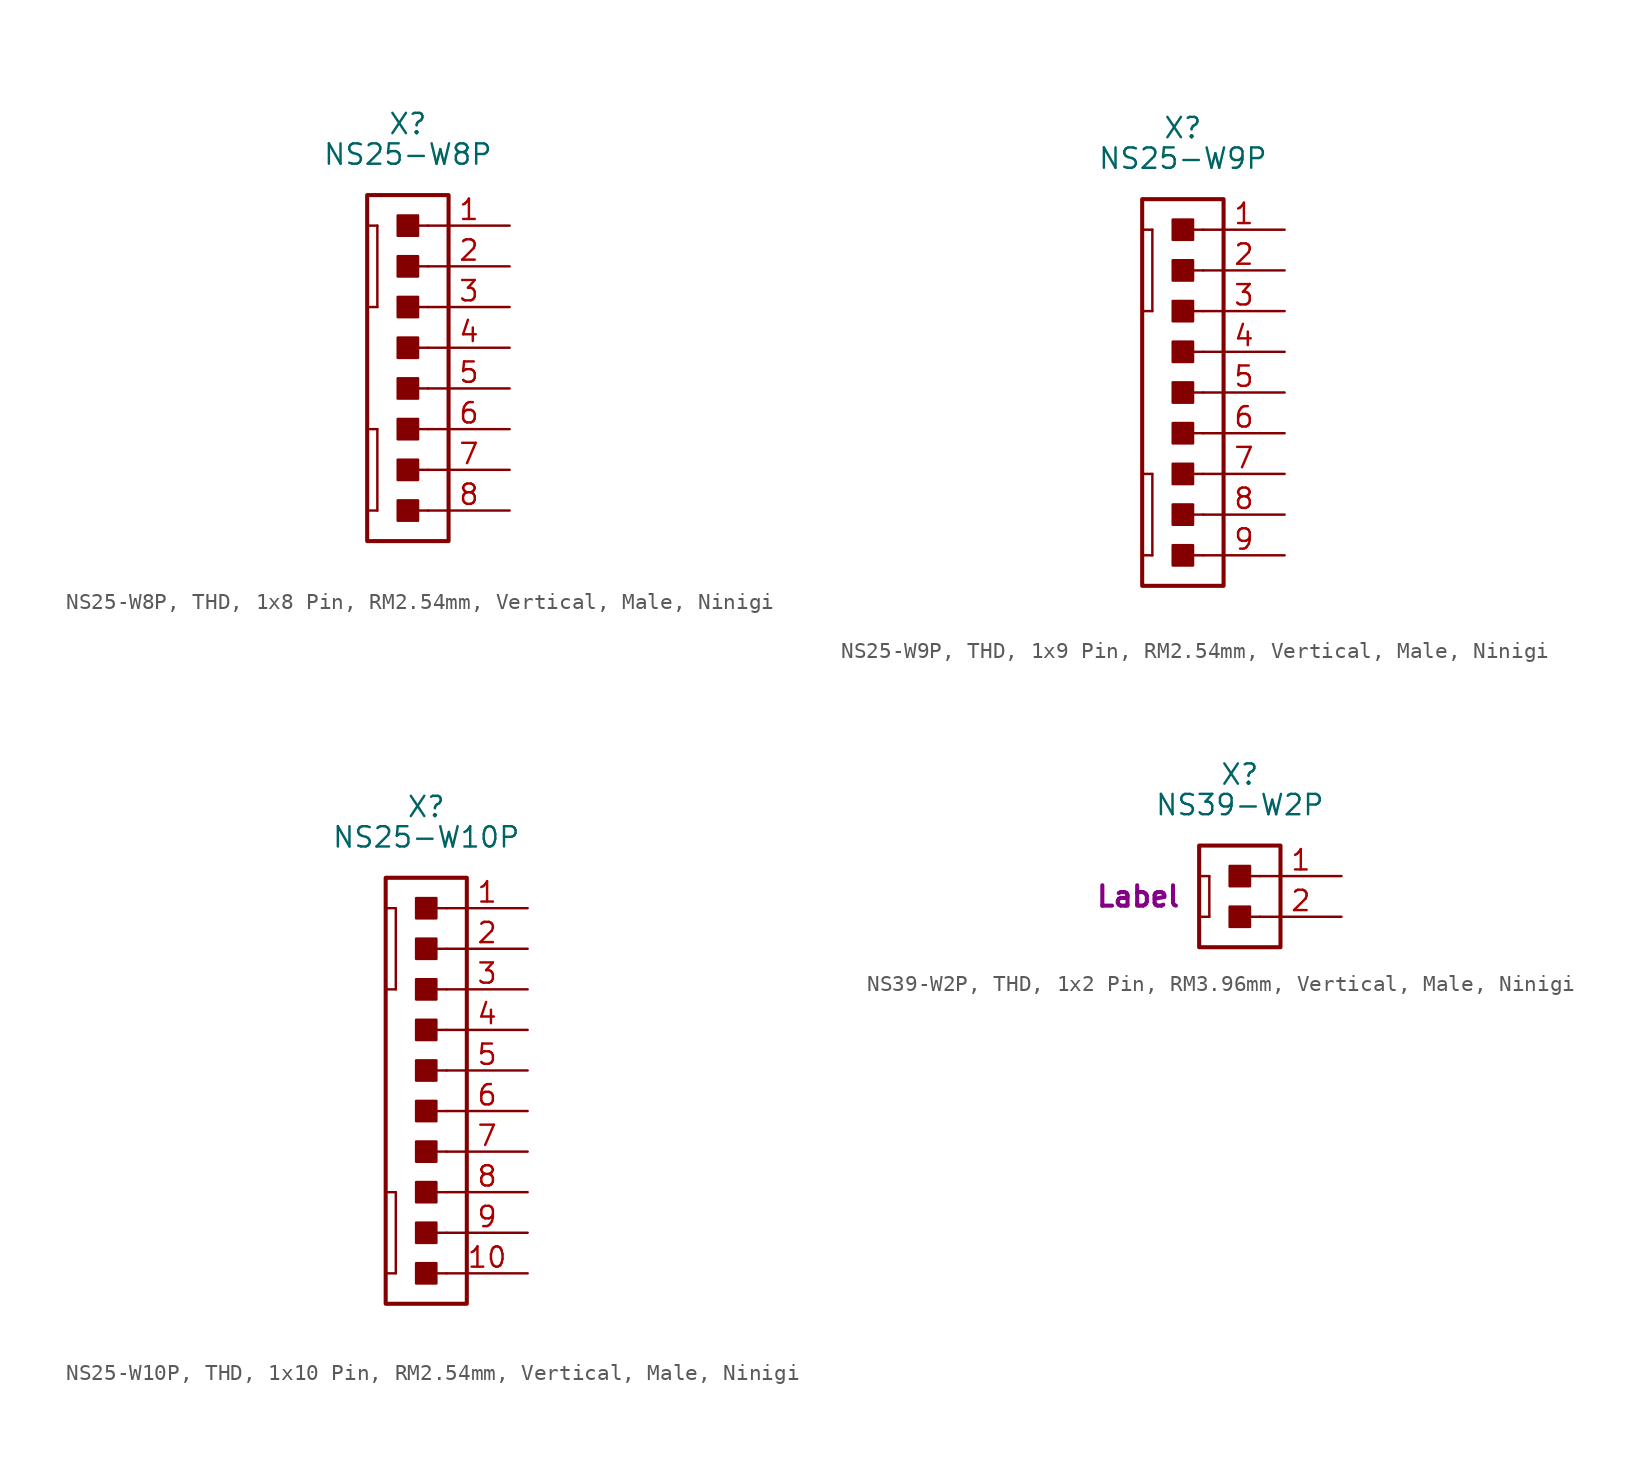
<source format=kicad_sym>
(kicad_symbol_lib
  (version 20241209)
  (generator "kicad_symbol_editor")
  (generator_version "9.0")
  (symbol "NS25-W8P, THD, 1x8 Pin, RM2.54mm, Vertical, Male, Ninigi"
    (pin_names
      (offset 1.016)
      (hide yes))
    (property "Reference" "X"
      (at -1.27 13.97 0)
      (effects (font (size 1.27 1.27))))
    (property "Value" "NS25-W8P"
      (at -1.27 12.065 0)
      (effects (font (size 1.27 1.27))))
    (property "Label" ""
      (at 0 0 0)
      (effects (font (size 1.27 1.27) (thickness 0.254) (bold yes))))
    (symbol "NS25-W8P, THD, 1x8 Pin, RM2.54mm, Vertical, Male, Ninigi_0_1"
      (polyline (pts (xy -3.81 7.62) (xy -3.175 7.62)) (stroke (width 0.152) (type default)) (fill (type none)))
      (polyline (pts (xy -3.81 2.54) (xy -3.175 2.54)) (stroke (width 0.152) (type default)) (fill (type none)))
      (polyline (pts (xy -3.81 -5.08) (xy -3.175 -5.08)) (stroke (width 0.152) (type default)) (fill (type none)))
      (polyline (pts (xy -3.81 -10.16) (xy -3.175 -10.16)) (stroke (width 0.152) (type default)) (fill (type none)))
      (polyline (pts (xy -3.175 7.62) (xy -3.175 2.54)) (stroke (width 0.152) (type default)) (fill (type none)))
      (polyline (pts (xy -3.175 -5.08) (xy -3.175 -10.16)) (stroke (width 0.152) (type default)) (fill (type none))))
    (symbol "NS25-W8P, THD, 1x8 Pin, RM2.54mm, Vertical, Male, Ninigi_1_0"
      (polyline (pts (xy -0.0001 7.62) (xy -1.27 7.62)) (stroke (width 0.152) (type default)) (fill (type none)))
      (polyline (pts (xy -0.0001 5.08) (xy -1.27 5.08)) (stroke (width 0.152) (type default)) (fill (type none)))
      (polyline (pts (xy 0 2.54) (xy -1.27 2.54)) (stroke (width 0.152) (type default)) (fill (type none)))
      (polyline (pts (xy 0 0) (xy -1.27 0)) (stroke (width 0.152) (type default)) (fill (type none)))
      (polyline (pts (xy 0 -2.54) (xy -1.27 -2.54)) (stroke (width 0.152) (type default)) (fill (type none)))
      (polyline (pts (xy 0 -5.08) (xy -1.27 -5.08)) (stroke (width 0.152) (type default)) (fill (type none)))
      (polyline (pts (xy 0 -7.62) (xy -1.27 -7.62)) (stroke (width 0.152) (type default)) (fill (type none)))
      (polyline (pts (xy 0 -10.16) (xy -1.27 -10.16)) (stroke (width 0.152) (type default)) (fill (type none))))
    (symbol "NS25-W8P, THD, 1x8 Pin, RM2.54mm, Vertical, Male, Ninigi_1_1"
      (rectangle (start -3.81 9.525) (end 1.27 -12.065) (stroke (width 0.254) (type default)) (fill (type none)))
      (rectangle (start -1.905 6.985) (end -0.635 8.255) (stroke (width 0.152) (type default)) (fill (type outline)))
      (rectangle (start -1.905 4.445) (end -0.635 5.715) (stroke (width 0.152) (type default)) (fill (type outline)))
      (rectangle (start -1.905 1.905) (end -0.635 3.175) (stroke (width 0.152) (type default)) (fill (type outline)))
      (rectangle (start -1.905 -0.635) (end -0.635 0.635) (stroke (width 0.152) (type default)) (fill (type outline)))
      (rectangle (start -1.905 -3.175) (end -0.635 -1.905) (stroke (width 0.152) (type default)) (fill (type outline)))
      (rectangle (start -1.905 -5.715) (end -0.635 -4.445) (stroke (width 0.152) (type default)) (fill (type outline)))
      (rectangle (start -1.905 -8.255) (end -0.635 -6.985) (stroke (width 0.152) (type default)) (fill (type outline)))
      (rectangle (start -1.905 -10.795) (end -0.635 -9.525) (stroke (width 0.152) (type default)) (fill (type outline)))
      (pin passive line (at 5.08 7.62 180) (length 5.08) (name "1" (effects (font (size 1.27 1.27)))) (number "1" (effects (font (size 1.27 1.27)))))
      (pin passive line (at 5.08 5.08 180) (length 5.08) (name "2" (effects (font (size 1.27 1.27)))) (number "2" (effects (font (size 1.27 1.27)))))
      (pin passive line (at 5.08 2.54 180) (length 5.08) (name "2" (effects (font (size 1.27 1.27)))) (number "3" (effects (font (size 1.27 1.27)))))
      (pin passive line (at 5.08 0 180) (length 5.08) (name "2" (effects (font (size 1.27 1.27)))) (number "4" (effects (font (size 1.27 1.27)))))
      (pin passive line (at 5.08 -2.54 180) (length 5.08) (name "2" (effects (font (size 1.27 1.27)))) (number "5" (effects (font (size 1.27 1.27)))))
      (pin passive line (at 5.08 -5.08 180) (length 5.08) (name "2" (effects (font (size 1.27 1.27)))) (number "6" (effects (font (size 1.27 1.27)))))
      (pin passive line (at 5.08 -7.62 180) (length 5.08) (name "2" (effects (font (size 1.27 1.27)))) (number "7" (effects (font (size 1.27 1.27)))))
      (pin passive line (at 5.08 -10.16 180) (length 5.08) (name "2" (effects (font (size 1.27 1.27)))) (number "8" (effects (font (size 1.27 1.27)))))))
  (symbol "NS25-W9P, THD, 1x9 Pin, RM2.54mm, Vertical, Male, Ninigi"
    (pin_names
      (offset 1.016)
      (hide yes))
    (property "Reference" "X"
      (at -1.27 16.51 0)
      (effects (font (size 1.27 1.27))))
    (property "Value" "NS25-W9P"
      (at -1.27 14.605 0)
      (effects (font (size 1.27 1.27))))
    (property "Label" ""
      (at 0 0 0)
      (effects (font (size 1.27 1.27) (thickness 0.254) (bold yes))))
    (symbol "NS25-W9P, THD, 1x9 Pin, RM2.54mm, Vertical, Male, Ninigi_0_1"
      (polyline (pts (xy -3.81 10.16) (xy -3.175 10.16)) (stroke (width 0.152) (type default)) (fill (type none)))
      (polyline (pts (xy -3.81 5.08) (xy -3.175 5.08)) (stroke (width 0.152) (type default)) (fill (type none)))
      (polyline (pts (xy -3.81 -5.08) (xy -3.175 -5.08)) (stroke (width 0.152) (type default)) (fill (type none)))
      (polyline (pts (xy -3.81 -10.16) (xy -3.175 -10.16)) (stroke (width 0.152) (type default)) (fill (type none)))
      (polyline (pts (xy -3.175 10.16) (xy -3.175 5.08)) (stroke (width 0.152) (type default)) (fill (type none)))
      (polyline (pts (xy -3.175 -5.08) (xy -3.175 -10.16)) (stroke (width 0.152) (type default)) (fill (type none))))
    (symbol "NS25-W9P, THD, 1x9 Pin, RM2.54mm, Vertical, Male, Ninigi_1_0"
      (polyline (pts (xy -0.0001 10.16) (xy -1.27 10.16)) (stroke (width 0.152) (type default)) (fill (type none)))
      (polyline (pts (xy -0.0001 7.62) (xy -1.27 7.62)) (stroke (width 0.152) (type default)) (fill (type none)))
      (polyline (pts (xy 0 5.08) (xy -1.27 5.08)) (stroke (width 0.152) (type default)) (fill (type none)))
      (polyline (pts (xy 0 2.54) (xy -1.27 2.54)) (stroke (width 0.152) (type default)) (fill (type none)))
      (polyline (pts (xy 0 0) (xy -1.27 0)) (stroke (width 0.152) (type default)) (fill (type none)))
      (polyline (pts (xy 0 -2.54) (xy -1.27 -2.54)) (stroke (width 0.152) (type default)) (fill (type none)))
      (polyline (pts (xy 0 -5.08) (xy -1.27 -5.08)) (stroke (width 0.152) (type default)) (fill (type none)))
      (polyline (pts (xy 0 -7.62) (xy -1.27 -7.62)) (stroke (width 0.152) (type default)) (fill (type none)))
      (polyline (pts (xy 0 -10.16) (xy -1.27 -10.16)) (stroke (width 0.152) (type default)) (fill (type none))))
    (symbol "NS25-W9P, THD, 1x9 Pin, RM2.54mm, Vertical, Male, Ninigi_1_1"
      (rectangle (start -3.81 12.065) (end 1.27 -12.065) (stroke (width 0.254) (type default)) (fill (type none)))
      (rectangle (start -1.905 9.525) (end -0.635 10.795) (stroke (width 0.152) (type default)) (fill (type outline)))
      (rectangle (start -1.905 6.985) (end -0.635 8.255) (stroke (width 0.152) (type default)) (fill (type outline)))
      (rectangle (start -1.905 4.445) (end -0.635 5.715) (stroke (width 0.152) (type default)) (fill (type outline)))
      (rectangle (start -1.905 1.905) (end -0.635 3.175) (stroke (width 0.152) (type default)) (fill (type outline)))
      (rectangle (start -1.905 -0.635) (end -0.635 0.635) (stroke (width 0.152) (type default)) (fill (type outline)))
      (rectangle (start -1.905 -3.175) (end -0.635 -1.905) (stroke (width 0.152) (type default)) (fill (type outline)))
      (rectangle (start -1.905 -5.715) (end -0.635 -4.445) (stroke (width 0.152) (type default)) (fill (type outline)))
      (rectangle (start -1.905 -8.255) (end -0.635 -6.985) (stroke (width 0.152) (type default)) (fill (type outline)))
      (rectangle (start -1.905 -10.795) (end -0.635 -9.525) (stroke (width 0.152) (type default)) (fill (type outline)))
      (pin passive line (at 5.08 10.16 180) (length 5.08) (name "1" (effects (font (size 1.27 1.27)))) (number "1" (effects (font (size 1.27 1.27)))))
      (pin passive line (at 5.08 7.62 180) (length 5.08) (name "2" (effects (font (size 1.27 1.27)))) (number "2" (effects (font (size 1.27 1.27)))))
      (pin passive line (at 5.08 5.08 180) (length 5.08) (name "2" (effects (font (size 1.27 1.27)))) (number "3" (effects (font (size 1.27 1.27)))))
      (pin passive line (at 5.08 2.54 180) (length 5.08) (name "2" (effects (font (size 1.27 1.27)))) (number "4" (effects (font (size 1.27 1.27)))))
      (pin passive line (at 5.08 0 180) (length 5.08) (name "2" (effects (font (size 1.27 1.27)))) (number "5" (effects (font (size 1.27 1.27)))))
      (pin passive line (at 5.08 -2.54 180) (length 5.08) (name "2" (effects (font (size 1.27 1.27)))) (number "6" (effects (font (size 1.27 1.27)))))
      (pin passive line (at 5.08 -5.08 180) (length 5.08) (name "2" (effects (font (size 1.27 1.27)))) (number "7" (effects (font (size 1.27 1.27)))))
      (pin passive line (at 5.08 -7.62 180) (length 5.08) (name "2" (effects (font (size 1.27 1.27)))) (number "8" (effects (font (size 1.27 1.27)))))
      (pin passive line (at 5.08 -10.16 180) (length 5.08) (name "2" (effects (font (size 1.27 1.27)))) (number "9" (effects (font (size 1.27 1.27)))))))
  (symbol "NS25-W10P, THD, 1x10 Pin, RM2.54mm, Vertical, Male, Ninigi"
    (pin_names
      (offset 1.016)
      (hide yes))
    (property "Reference" "X"
      (at -1.27 16.51 0)
      (effects (font (size 1.27 1.27))))
    (property "Value" "NS25-W10P"
      (at -1.27 14.605 0)
      (effects (font (size 1.27 1.27))))
    (property "Label" ""
      (at 0 0 0)
      (effects (font (size 1.27 1.27) (thickness 0.254) (bold yes))))
    (symbol "NS25-W10P, THD, 1x10 Pin, RM2.54mm, Vertical, Male, Ninigi_0_1"
      (polyline (pts (xy -3.81 10.16) (xy -3.175 10.16)) (stroke (width 0.152) (type default)) (fill (type none)))
      (polyline (pts (xy -3.81 5.08) (xy -3.175 5.08)) (stroke (width 0.152) (type default)) (fill (type none)))
      (polyline (pts (xy -3.81 -7.62) (xy -3.175 -7.62)) (stroke (width 0.152) (type default)) (fill (type none)))
      (polyline (pts (xy -3.81 -12.7) (xy -3.175 -12.7)) (stroke (width 0.152) (type default)) (fill (type none)))
      (polyline (pts (xy -3.175 10.16) (xy -3.175 5.08)) (stroke (width 0.152) (type default)) (fill (type none)))
      (polyline (pts (xy -3.175 -7.62) (xy -3.175 -12.7)) (stroke (width 0.152) (type default)) (fill (type none))))
    (symbol "NS25-W10P, THD, 1x10 Pin, RM2.54mm, Vertical, Male, Ninigi_1_0"
      (polyline (pts (xy -0.0001 10.16) (xy -1.27 10.16)) (stroke (width 0.152) (type default)) (fill (type none)))
      (polyline (pts (xy -0.0001 7.62) (xy -1.27 7.62)) (stroke (width 0.152) (type default)) (fill (type none)))
      (polyline (pts (xy 0 5.08) (xy -1.27 5.08)) (stroke (width 0.152) (type default)) (fill (type none)))
      (polyline (pts (xy 0 2.54) (xy -1.27 2.54)) (stroke (width 0.152) (type default)) (fill (type none)))
      (polyline (pts (xy 0 0) (xy -1.27 0)) (stroke (width 0.152) (type default)) (fill (type none)))
      (polyline (pts (xy 0 -2.54) (xy -1.27 -2.54)) (stroke (width 0.152) (type default)) (fill (type none)))
      (polyline (pts (xy 0 -5.08) (xy -1.27 -5.08)) (stroke (width 0.152) (type default)) (fill (type none)))
      (polyline (pts (xy 0 -7.62) (xy -1.27 -7.62)) (stroke (width 0.152) (type default)) (fill (type none)))
      (polyline (pts (xy 0 -10.16) (xy -1.27 -10.16)) (stroke (width 0.152) (type default)) (fill (type none)))
      (polyline (pts (xy 0 -12.7) (xy -1.27 -12.7)) (stroke (width 0.152) (type default)) (fill (type none))))
    (symbol "NS25-W10P, THD, 1x10 Pin, RM2.54mm, Vertical, Male, Ninigi_1_1"
      (rectangle (start -3.81 12.065) (end 1.27 -14.605) (stroke (width 0.254) (type default)) (fill (type none)))
      (rectangle (start -1.905 9.525) (end -0.635 10.795) (stroke (width 0.152) (type default)) (fill (type outline)))
      (rectangle (start -1.905 6.985) (end -0.635 8.255) (stroke (width 0.152) (type default)) (fill (type outline)))
      (rectangle (start -1.905 4.445) (end -0.635 5.715) (stroke (width 0.152) (type default)) (fill (type outline)))
      (rectangle (start -1.905 1.905) (end -0.635 3.175) (stroke (width 0.152) (type default)) (fill (type outline)))
      (rectangle (start -1.905 -0.635) (end -0.635 0.635) (stroke (width 0.152) (type default)) (fill (type outline)))
      (rectangle (start -1.905 -3.175) (end -0.635 -1.905) (stroke (width 0.152) (type default)) (fill (type outline)))
      (rectangle (start -1.905 -5.715) (end -0.635 -4.445) (stroke (width 0.152) (type default)) (fill (type outline)))
      (rectangle (start -1.905 -8.255) (end -0.635 -6.985) (stroke (width 0.152) (type default)) (fill (type outline)))
      (rectangle (start -1.905 -10.795) (end -0.635 -9.525) (stroke (width 0.152) (type default)) (fill (type outline)))
      (rectangle (start -1.905 -13.335) (end -0.635 -12.065) (stroke (width 0.152) (type default)) (fill (type outline)))
      (pin passive line (at 5.08 10.16 180) (length 5.08) (name "1" (effects (font (size 1.27 1.27)))) (number "1" (effects (font (size 1.27 1.27)))))
      (pin passive line (at 5.08 7.62 180) (length 5.08) (name "2" (effects (font (size 1.27 1.27)))) (number "2" (effects (font (size 1.27 1.27)))))
      (pin passive line (at 5.08 5.08 180) (length 5.08) (name "2" (effects (font (size 1.27 1.27)))) (number "3" (effects (font (size 1.27 1.27)))))
      (pin passive line (at 5.08 2.54 180) (length 5.08) (name "2" (effects (font (size 1.27 1.27)))) (number "4" (effects (font (size 1.27 1.27)))))
      (pin passive line (at 5.08 0 180) (length 5.08) (name "2" (effects (font (size 1.27 1.27)))) (number "5" (effects (font (size 1.27 1.27)))))
      (pin passive line (at 5.08 -2.54 180) (length 5.08) (name "2" (effects (font (size 1.27 1.27)))) (number "6" (effects (font (size 1.27 1.27)))))
      (pin passive line (at 5.08 -5.08 180) (length 5.08) (name "2" (effects (font (size 1.27 1.27)))) (number "7" (effects (font (size 1.27 1.27)))))
      (pin passive line (at 5.08 -7.62 180) (length 5.08) (name "2" (effects (font (size 1.27 1.27)))) (number "8" (effects (font (size 1.27 1.27)))))
      (pin passive line (at 5.08 -10.16 180) (length 5.08) (name "2" (effects (font (size 1.27 1.27)))) (number "9" (effects (font (size 1.27 1.27)))))
      (pin passive line (at 5.08 -12.7 180) (length 5.08) (name "2" (effects (font (size 1.27 1.27)))) (number "10" (effects (font (size 1.27 1.27)))))))
  (symbol "NS39-W2P, THD, 1x2 Pin, RM3.96mm, Vertical, Male, Ninigi"
    (pin_names
      (offset 1.016)
      (hide yes))
    (property "Reference" "X"
      (at -1.27 6.35 0)
      (effects (font (size 1.27 1.27))))
    (property "Value" "NS39-W2P"
      (at -1.27 4.445 0)
      (effects (font (size 1.27 1.27))))
    (property "Label" "Label"
      (at -7.62 -1.27 0)
      (effects (font (size 1.27 1.27) (thickness 0.254) (bold yes))))
    (symbol "NS39-W2P, THD, 1x2 Pin, RM3.96mm, Vertical, Male, Ninigi_0_1"
      (polyline (pts (xy -3.81 0) (xy -3.175 0)) (stroke (width 0.152) (type default)) (fill (type none)))
      (polyline (pts (xy -3.81 -2.54) (xy -3.175 -2.54)) (stroke (width 0.152) (type default)) (fill (type none)))
      (polyline (pts (xy -3.175 0) (xy -3.175 -2.54)) (stroke (width 0.152) (type default)) (fill (type none))))
    (symbol "NS39-W2P, THD, 1x2 Pin, RM3.96mm, Vertical, Male, Ninigi_1_0"
      (polyline (pts (xy 0 0) (xy -1.27 0)) (stroke (width 0.152) (type default)) (fill (type none)))
      (polyline (pts (xy 0 -2.54) (xy -1.27 -2.54)) (stroke (width 0.152) (type default)) (fill (type none))))
    (symbol "NS39-W2P, THD, 1x2 Pin, RM3.96mm, Vertical, Male, Ninigi_1_1"
      (rectangle (start -3.81 1.905) (end 1.27 -4.445) (stroke (width 0.254) (type default)) (fill (type none)))
      (rectangle (start -1.905 -0.635) (end -0.635 0.635) (stroke (width 0.152) (type default)) (fill (type outline)))
      (rectangle (start -1.905 -3.175) (end -0.635 -1.905) (stroke (width 0.152) (type default)) (fill (type outline)))
      (pin passive line (at 5.08 0 180) (length 5.08) (name "1" (effects (font (size 1.27 1.27)))) (number "1" (effects (font (size 1.27 1.27)))))
      (pin passive line (at 5.08 -2.54 180) (length 5.08) (name "2" (effects (font (size 1.27 1.27)))) (number "2" (effects (font (size 1.27 1.27))))))))
</source>
